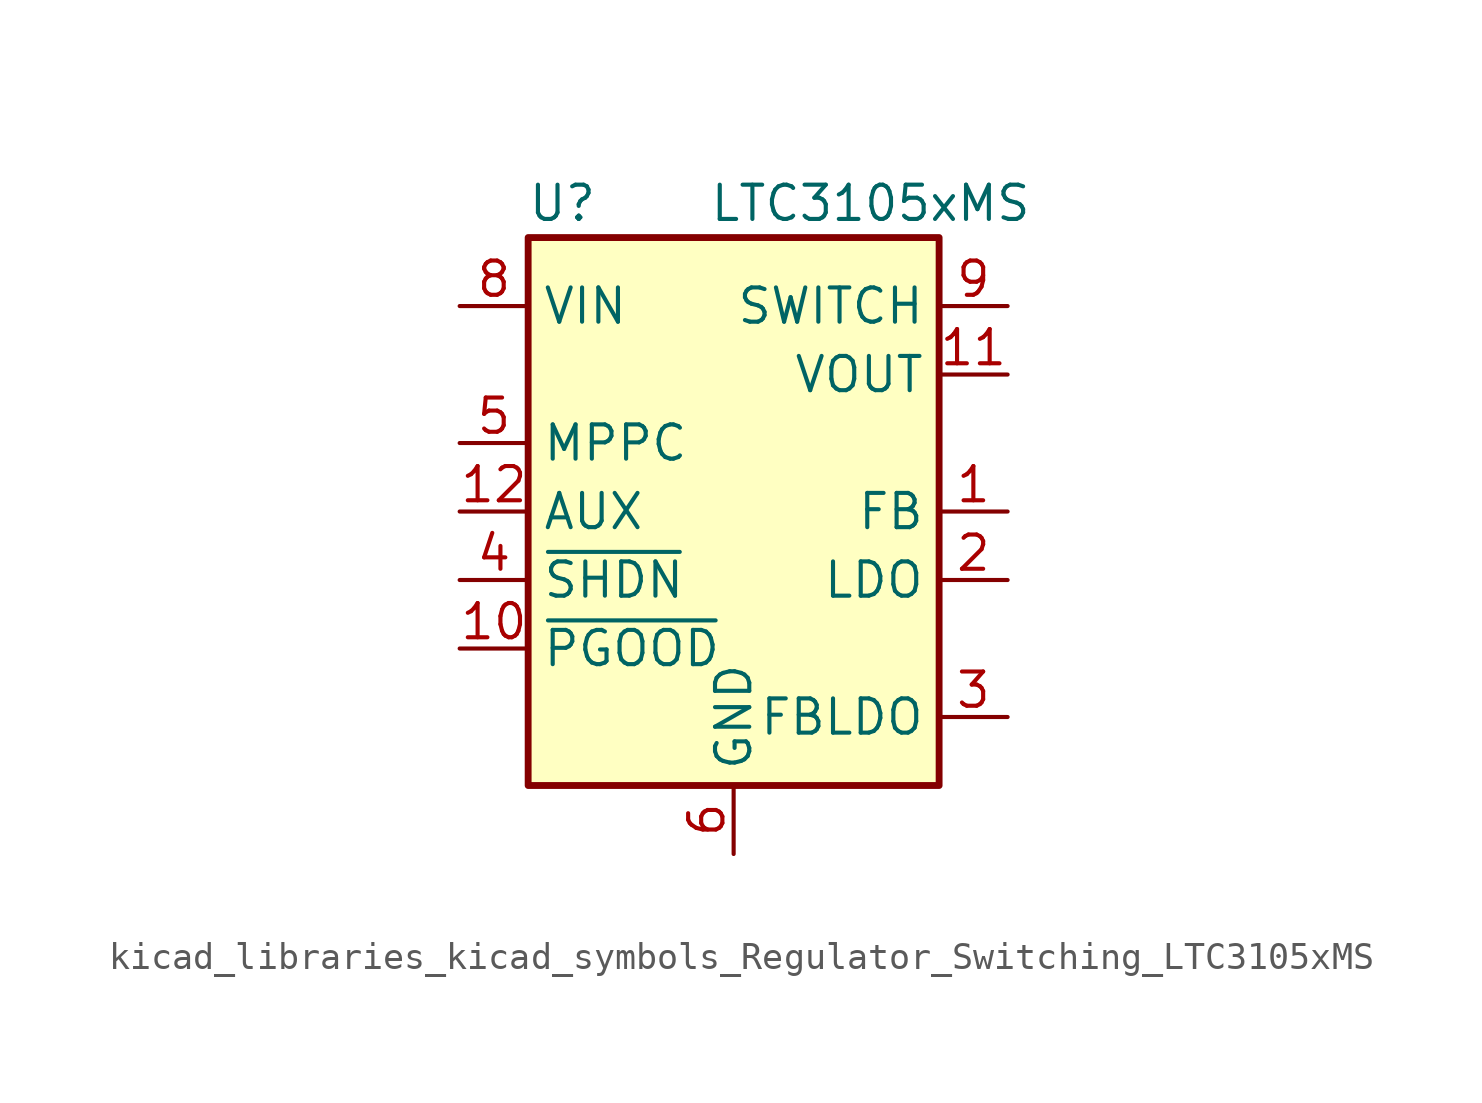
<source format=kicad_sym>
(kicad_symbol_lib
  (version 20220914)
  (generator kicad_symbol_editor)
  (symbol "kicad_libraries_kicad_symbols_Regulator_Switching_LTC3105xMS"
    (property "Reference" "U"
      (at -6.35 11.43 0)
      (effects (font (size 1.27 1.27))))
    (property "Value" "LTC3105xMS"
      (at 5.08 11.43 0)
      (effects (font (size 1.27 1.27))))
    (symbol "kicad_libraries_kicad_symbols_Regulator_Switching_LTC3105xMS_0_0"
      (pin input line (at 10.16 0 180) (length 2.54) (name "FB" (effects (font (size 1.27 1.27)))) (number "1" (effects (font (size 1.27 1.27)))))
      (pin open_collector line (at -10.16 -5.08 0) (length 2.54) (name "~{PGOOD}" (effects (font (size 1.27 1.27)))) (number "10" (effects (font (size 1.27 1.27)))))
      (pin power_out line (at 10.16 5.08 180) (length 2.54) (name "VOUT" (effects (font (size 1.27 1.27)))) (number "11" (effects (font (size 1.27 1.27)))))
      (pin output line (at -10.16 0 0) (length 2.54) (name "AUX" (effects (font (size 1.27 1.27)))) (number "12" (effects (font (size 1.27 1.27)))))
      (pin output line (at 10.16 -2.54 180) (length 2.54) (name "LDO" (effects (font (size 1.27 1.27)))) (number "2" (effects (font (size 1.27 1.27)))))
      (pin input line (at 10.16 -7.62 180) (length 2.54) (name "FBLDO" (effects (font (size 1.27 1.27)))) (number "3" (effects (font (size 1.27 1.27)))))
      (pin input line (at -10.16 -2.54 0) (length 2.54) (name "~{SHDN}" (effects (font (size 1.27 1.27)))) (number "4" (effects (font (size 1.27 1.27)))))
      (pin input line (at -10.16 2.54 0) (length 2.54) (name "MPPC" (effects (font (size 1.27 1.27)))) (number "5" (effects (font (size 1.27 1.27)))))
      (pin power_in line (at 0 -12.7 90) (length 2.54) (name "GND" (effects (font (size 1.27 1.27)))) (number "6" (effects (font (size 1.27 1.27)))))
      (pin passive line (at 0 -12.7 90) (length 2.54) hide (name "GND" (effects (font (size 1.27 1.27)))) (number "7" (effects (font (size 1.27 1.27)))))
      (pin power_in line (at -10.16 7.62 0) (length 2.54) (name "VIN" (effects (font (size 1.27 1.27)))) (number "8" (effects (font (size 1.27 1.27)))))
      (pin passive line (at 10.16 7.62 180) (length 2.54) (name "SWITCH" (effects (font (size 1.27 1.27)))) (number "9" (effects (font (size 1.27 1.27))))))
    (symbol "kicad_libraries_kicad_symbols_Regulator_Switching_LTC3105xMS_0_1"
      (rectangle (start -7.62 -10.16) (end 7.62 10.16) (stroke (width 0.254) (type default)) (fill (type background))))))
</source>
